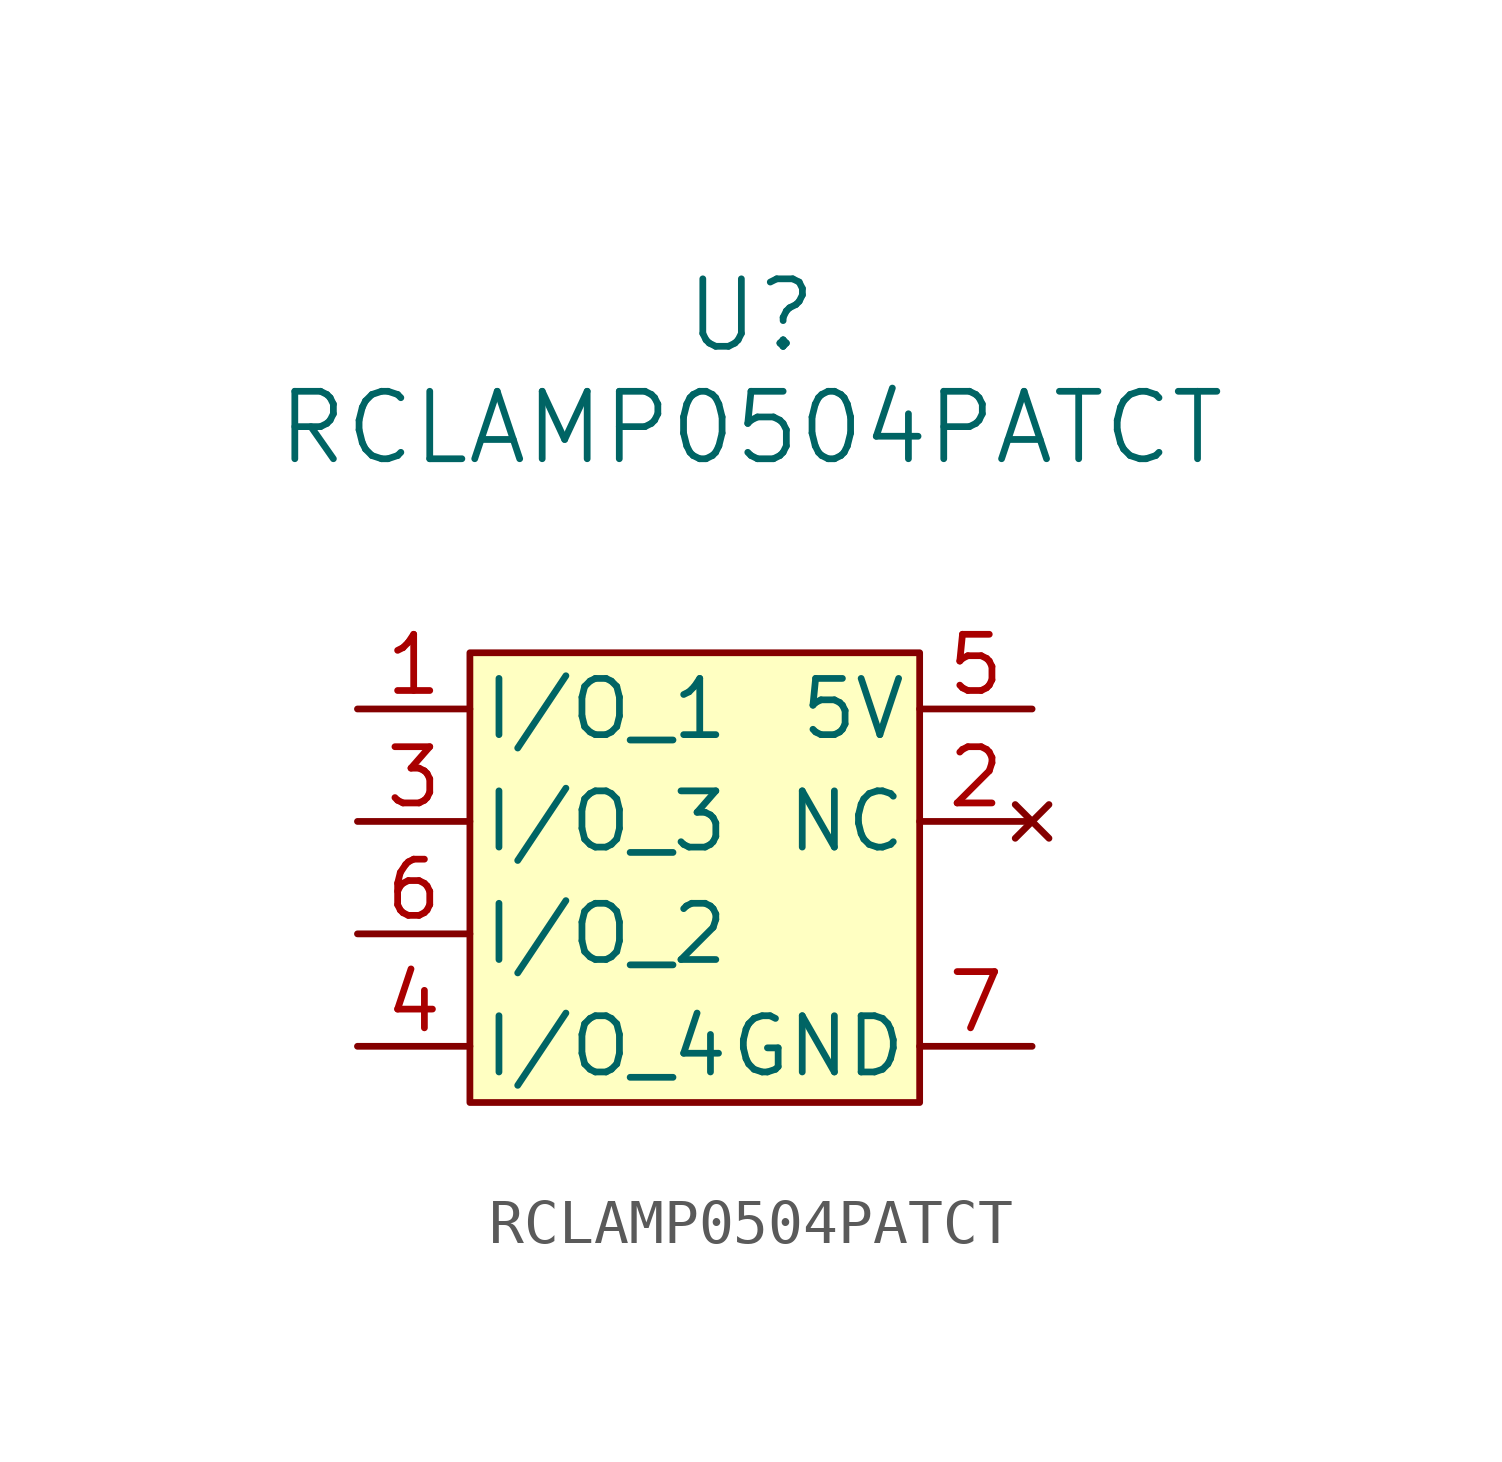
<source format=kicad_sym>
(kicad_symbol_lib
  (version 20220914)
  (generator kicad_symbol_editor)
  (symbol "RCLAMP0504PATCT"
    (pin_names
      (offset 0.254))
    (property "Reference" "U"
      (at 0 11.43 0)
      (effects (font (size 1.524 1.524))))
    (property "Value" "RCLAMP0504PATCT"
      (at 0 8.89 0)
      (effects (font (size 1.524 1.524))))
    (symbol "RCLAMP0504PATCT_0_1"
      (rectangle (start -6.35 3.81) (end 3.81 -6.35) (stroke (width 0) (type default)) (fill (type background)))
      (pin bidirectional line (at -8.89 2.54 0) (length 2.54) (name "I/O_1" (effects (font (size 1.27 1.27)))) (number "1" (effects (font (size 1.27 1.27)))))
      (pin no_connect line (at 6.35 0 180) (length 2.54) (name "NC" (effects (font (size 1.27 1.27)))) (number "2" (effects (font (size 1.27 1.27)))))
      (pin bidirectional line (at -8.89 0 0) (length 2.54) (name "I/O_3" (effects (font (size 1.27 1.27)))) (number "3" (effects (font (size 1.27 1.27)))))
      (pin bidirectional line (at -8.89 -5.08 0) (length 2.54) (name "I/O_4" (effects (font (size 1.27 1.27)))) (number "4" (effects (font (size 1.27 1.27)))))
      (pin input line (at 6.35 2.54 180) (length 2.54) (name "5V" (effects (font (size 1.27 1.27)))) (number "5" (effects (font (size 1.27 1.27)))))
      (pin bidirectional line (at -8.89 -2.54 0) (length 2.54) (name "I/O_2" (effects (font (size 1.27 1.27)))) (number "6" (effects (font (size 1.27 1.27)))))
      (pin power_out line (at 6.35 -5.08 180) (length 2.54) (name "GND" (effects (font (size 1.27 1.27)))) (number "7" (effects (font (size 1.27 1.27))))))))
</source>
